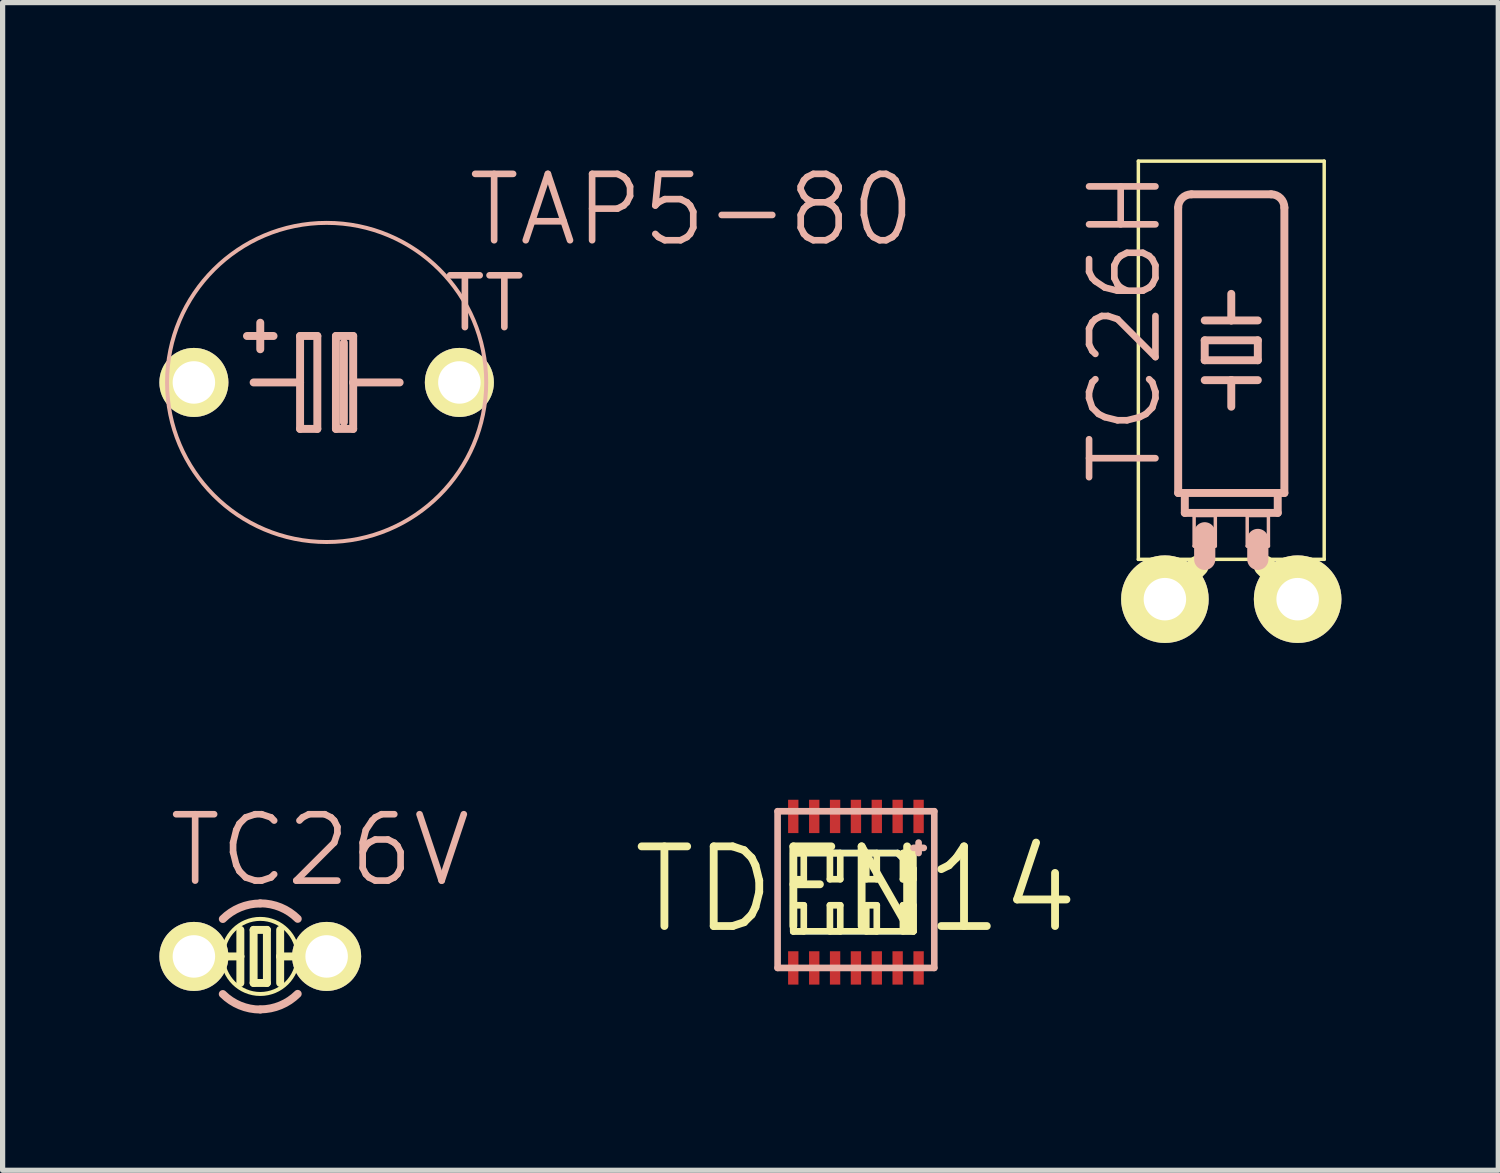
<source format=kicad_pcb>
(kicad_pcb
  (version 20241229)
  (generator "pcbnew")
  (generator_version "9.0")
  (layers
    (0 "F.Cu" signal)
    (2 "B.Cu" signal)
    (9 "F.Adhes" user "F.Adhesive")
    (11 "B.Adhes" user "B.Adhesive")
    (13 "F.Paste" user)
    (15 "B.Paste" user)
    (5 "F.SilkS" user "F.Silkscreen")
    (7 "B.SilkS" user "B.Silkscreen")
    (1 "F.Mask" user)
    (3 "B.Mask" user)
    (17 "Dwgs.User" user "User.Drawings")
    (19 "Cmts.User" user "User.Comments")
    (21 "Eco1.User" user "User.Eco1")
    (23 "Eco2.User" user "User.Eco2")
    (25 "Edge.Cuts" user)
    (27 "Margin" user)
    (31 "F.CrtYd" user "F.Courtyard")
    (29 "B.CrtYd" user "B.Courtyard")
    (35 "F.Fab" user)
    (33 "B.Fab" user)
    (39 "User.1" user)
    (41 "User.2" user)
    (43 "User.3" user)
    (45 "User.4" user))
  (footprint "TC26H"
    (layer "F.Cu")
    (at 20.51 8.415)
    (property "Reference" "TC26H" (at -2.032 -5.207 90) (layer "B.SilkS") (effects (font (size 1.27 1.27) (thickness 0.127))))
    (attr exclude_from_pos_files exclude_from_bom)
    (fp_line (start -1.778 -8.382) (end 1.778 -8.382) (stroke (width 0.066) (type solid)) (layer "F.SilkS"))
    (fp_line (start -1.778 -0.762) (end -1.778 -8.382) (stroke (width 0.066) (type solid)) (layer "F.SilkS"))
    (fp_line (start -1.778 -0.762) (end 1.778 -0.762) (stroke (width 0.066) (type solid)) (layer "F.SilkS"))
    (fp_line (start -0.635 -0.635) (end -1.27 0) (stroke (width 0.406) (type solid)) (layer "F.SilkS"))
    (fp_line (start 0.635 -0.635) (end 1.27 0) (stroke (width 0.406) (type solid)) (layer "F.SilkS"))
    (fp_line (start 1.778 -0.762) (end 1.778 -8.382) (stroke (width 0.066) (type solid)) (layer "F.SilkS"))
    (fp_line (start -1.016 -2.032) (end -1.016 -7.493) (stroke (width 0.152) (type solid)) (layer "B.SilkS"))
    (fp_line (start -1.016 -2.032) (end -0.889 -2.032) (stroke (width 0.152) (type solid)) (layer "B.SilkS"))
    (fp_line (start -0.889 -1.651) (end -0.889 -2.032) (stroke (width 0.152) (type solid)) (layer "B.SilkS"))
    (fp_line (start -0.889 -1.651) (end 0.889 -1.651) (stroke (width 0.152) (type solid)) (layer "B.SilkS"))
    (fp_line (start -0.762 -7.747) (end 0.762 -7.747) (stroke (width 0.152) (type solid)) (layer "B.SilkS"))
    (fp_line (start -0.711 -1.6) (end -0.305 -1.6) (stroke (width 0.066) (type solid)) (layer "B.SilkS"))
    (fp_line (start -0.711 -1.016) (end -0.711 -1.6) (stroke (width 0.066) (type solid)) (layer "B.SilkS"))
    (fp_line (start -0.711 -1.016) (end -0.305 -1.016) (stroke (width 0.066) (type solid)) (layer "B.SilkS"))
    (fp_line (start -0.508 -5.334) (end 0 -5.334) (stroke (width 0.152) (type solid)) (layer "B.SilkS"))
    (fp_line (start -0.508 -4.953) (end -0.508 -4.572) (stroke (width 0.152) (type solid)) (layer "B.SilkS"))
    (fp_line (start -0.508 -4.953) (end 0.508 -4.953) (stroke (width 0.152) (type solid)) (layer "B.SilkS"))
    (fp_line (start -0.508 -4.191) (end 0 -4.191) (stroke (width 0.152) (type solid)) (layer "B.SilkS"))
    (fp_line (start -0.508 -0.762) (end -0.508 -1.27) (stroke (width 0.406) (type solid)) (layer "B.SilkS"))
    (fp_line (start -0.305 -1.016) (end -0.305 -1.6) (stroke (width 0.066) (type solid)) (layer "B.SilkS"))
    (fp_line (start 0 -5.334) (end 0 -5.842) (stroke (width 0.152) (type solid)) (layer "B.SilkS"))
    (fp_line (start 0 -5.334) (end 0.508 -5.334) (stroke (width 0.152) (type solid)) (layer "B.SilkS"))
    (fp_line (start 0 -4.191) (end 0 -3.683) (stroke (width 0.152) (type solid)) (layer "B.SilkS"))
    (fp_line (start 0 -4.191) (end 0.508 -4.191) (stroke (width 0.152) (type solid)) (layer "B.SilkS"))
    (fp_line (start 0.305 -1.6) (end 0.711 -1.6) (stroke (width 0.066) (type solid)) (layer "B.SilkS"))
    (fp_line (start 0.305 -1.016) (end 0.305 -1.6) (stroke (width 0.066) (type solid)) (layer "B.SilkS"))
    (fp_line (start 0.305 -1.016) (end 0.711 -1.016) (stroke (width 0.066) (type solid)) (layer "B.SilkS"))
    (fp_line (start 0.508 -4.572) (end -0.508 -4.572) (stroke (width 0.152) (type solid)) (layer "B.SilkS"))
    (fp_line (start 0.508 -4.572) (end 0.508 -4.953) (stroke (width 0.152) (type solid)) (layer "B.SilkS"))
    (fp_line (start 0.508 -0.762) (end 0.508 -1.143) (stroke (width 0.406) (type solid)) (layer "B.SilkS"))
    (fp_line (start 0.711 -1.016) (end 0.711 -1.6) (stroke (width 0.066) (type solid)) (layer "B.SilkS"))
    (fp_line (start 0.889 -2.032) (end -0.889 -2.032) (stroke (width 0.152) (type solid)) (layer "B.SilkS"))
    (fp_line (start 0.889 -1.651) (end 0.889 -2.032) (stroke (width 0.152) (type solid)) (layer "B.SilkS"))
    (fp_line (start 1.016 -2.032) (end 0.889 -2.032) (stroke (width 0.152) (type solid)) (layer "B.SilkS"))
    (fp_line (start 1.016 -2.032) (end 1.016 -7.493) (stroke (width 0.152) (type solid)) (layer "B.SilkS"))
    (fp_arc (start -1.016 -7.493) (mid -0.941605 -7.672605) (end -0.762 -7.747) (stroke (width 0.1524) (type solid)) (layer "B.SilkS"))
    (fp_arc (start 0.762 -7.747) (mid 0.941605 -7.672605) (end 1.016 -7.493) (stroke (width 0.1524) (type solid)) (layer "B.SilkS"))
    (pad "1" thru_hole circle (at -1.27 0) (size 1.676 1.676) (drill 0.813) (layers "*.Cu" "F.Mask" "F.SilkS" "F.Paste"))
    (pad "2" thru_hole circle (at 1.27 0) (size 1.676 1.676) (drill 0.813) (layers "*.Cu" "F.Mask" "F.SilkS" "F.Paste")))
  (footprint "TC26V"
    (layer "F.Cu")
    (at 1.93 15.251)
    (property "Reference" "TC26V" (at 1.143 -2.032 0) (layer "B.SilkS") (effects (font (size 1.27 1.27) (thickness 0.127))))
    (attr exclude_from_pos_files exclude_from_bom)
    (fp_line (start -0.381 0) (end -0.762 0) (stroke (width 0.152) (type solid)) (layer "F.SilkS"))
    (fp_line (start -0.381 0) (end -0.381 -0.508) (stroke (width 0.152) (type solid)) (layer "F.SilkS"))
    (fp_line (start -0.381 0.508) (end -0.381 0) (stroke (width 0.152) (type solid)) (layer "F.SilkS"))
    (fp_line (start -0.127 0.508) (end -0.127 -0.508) (stroke (width 0.152) (type solid)) (layer "F.SilkS"))
    (fp_line (start -0.127 0.508) (end 0.127 0.508) (stroke (width 0.152) (type solid)) (layer "F.SilkS"))
    (fp_line (start 0.127 -0.508) (end -0.127 -0.508) (stroke (width 0.152) (type solid)) (layer "F.SilkS"))
    (fp_line (start 0.127 -0.508) (end 0.127 0.508) (stroke (width 0.152) (type solid)) (layer "F.SilkS"))
    (fp_line (start 0.381 0) (end 0.381 -0.508) (stroke (width 0.152) (type solid)) (layer "F.SilkS"))
    (fp_line (start 0.381 0) (end 0.762 0) (stroke (width 0.152) (type solid)) (layer "F.SilkS"))
    (fp_line (start 0.381 0.508) (end 0.381 0) (stroke (width 0.152) (type solid)) (layer "F.SilkS"))
    (fp_circle (center 0 0) (end -0.508 0.508) (stroke (width 0.076) (type solid)) (fill no) (layer "F.SilkS"))
    (fp_arc (start -0.71628 -0.71628) (mid -0.388465 -0.935526) (end -0.001768 -1.012971) (stroke (width 0.1524) (type solid)) (layer "B.SilkS"))
    (fp_arc (start 0 -1.016) (mid 0.387987 -0.939) (end 0.717166 -0.719673) (stroke (width 0.1524) (type solid)) (layer "B.SilkS"))
    (fp_arc (start 0 1.016) (mid -0.387987 0.939) (end -0.717166 0.719673) (stroke (width 0.1524) (type solid)) (layer "B.SilkS"))
    (fp_arc (start 0.71628 0.71628) (mid 0.388465 0.935526) (end 0.001768 1.012971) (stroke (width 0.1524) (type solid)) (layer "B.SilkS"))
    (pad "1" thru_hole circle (at -1.27 0) (size 1.321 1.321) (drill 0.813) (layers "*.Cu" "F.Mask" "F.SilkS" "F.Paste"))
    (pad "2" thru_hole circle (at 1.27 0) (size 1.321 1.321) (drill 0.813) (layers "*.Cu" "F.Mask" "F.SilkS" "F.Paste")))
  (footprint "TDFN14"
    (layer "F.Cu")
    (at 13.328 13.972)
    (property "Reference" "TDFN14" (at 0 0 0) (layer "F.SilkS") (effects (font (size 1.524 1.524) (thickness 0.15))))
    (attr smd)
    (fp_line (start -1.199 -0.699) (end -1.199 0.798) (stroke (width 0.127) (type solid)) (layer "B.Cu"))
    (fp_line (start -1.199 0.798) (end 1.1 0.798) (stroke (width 0.127) (type solid)) (layer "B.Cu"))
    (fp_line (start 0.798 -0.699) (end -1.199 -0.699) (stroke (width 0.127) (type solid)) (layer "B.Cu"))
    (fp_line (start 1.1 -0.399) (end 0.798 -0.699) (stroke (width 0.127) (type solid)) (layer "B.Cu"))
    (fp_line (start 1.1 0.798) (end 1.1 -0.399) (stroke (width 0.127) (type solid)) (layer "B.Cu"))
    (fp_line (start -1.199 -0.699) (end -1.199 -0.198) (stroke (width 0.127) (type solid)) (layer "F.SilkS"))
    (fp_line (start -1.199 -0.699) (end 0.798 -0.699) (stroke (width 0.127) (type solid)) (layer "F.SilkS"))
    (fp_line (start -1.199 -0.198) (end -0.998 -0.198) (stroke (width 0.127) (type solid)) (layer "F.SilkS"))
    (fp_line (start -1.199 0.3) (end -1.199 0.798) (stroke (width 0.127) (type solid)) (layer "F.SilkS"))
    (fp_line (start -1.199 0.798) (end -1.199 -0.699) (stroke (width 0.127) (type solid)) (layer "F.SilkS"))
    (fp_line (start -1.199 0.798) (end -0.998 0.798) (stroke (width 0.127) (type solid)) (layer "F.SilkS"))
    (fp_line (start -0.998 -0.699) (end -1.199 -0.699) (stroke (width 0.127) (type solid)) (layer "F.SilkS"))
    (fp_line (start -0.998 -0.198) (end -0.998 -0.699) (stroke (width 0.127) (type solid)) (layer "F.SilkS"))
    (fp_line (start -0.998 0.3) (end -1.199 0.3) (stroke (width 0.127) (type solid)) (layer "F.SilkS"))
    (fp_line (start -0.998 0.798) (end -0.998 0.3) (stroke (width 0.127) (type solid)) (layer "F.SilkS"))
    (fp_line (start -0.498 -0.699) (end -0.498 -0.198) (stroke (width 0.127) (type solid)) (layer "F.SilkS"))
    (fp_line (start -0.498 -0.198) (end -0.3 -0.198) (stroke (width 0.127) (type solid)) (layer "F.SilkS"))
    (fp_line (start -0.498 0.3) (end -0.498 0.798) (stroke (width 0.127) (type solid)) (layer "F.SilkS"))
    (fp_line (start -0.498 0.798) (end -0.3 0.798) (stroke (width 0.127) (type solid)) (layer "F.SilkS"))
    (fp_line (start -0.3 -0.699) (end -0.498 -0.699) (stroke (width 0.127) (type solid)) (layer "F.SilkS"))
    (fp_line (start -0.3 -0.198) (end -0.3 -0.699) (stroke (width 0.127) (type solid)) (layer "F.SilkS"))
    (fp_line (start -0.3 0.3) (end -0.498 0.3) (stroke (width 0.127) (type solid)) (layer "F.SilkS"))
    (fp_line (start -0.3 0.798) (end -0.3 0.3) (stroke (width 0.127) (type solid)) (layer "F.SilkS"))
    (fp_line (start 0.198 -0.699) (end 0.198 -0.198) (stroke (width 0.127) (type solid)) (layer "F.SilkS"))
    (fp_line (start 0.198 -0.198) (end 0.399 -0.198) (stroke (width 0.127) (type solid)) (layer "F.SilkS"))
    (fp_line (start 0.198 0.3) (end 0.198 0.798) (stroke (width 0.127) (type solid)) (layer "F.SilkS"))
    (fp_line (start 0.198 0.798) (end 0.399 0.798) (stroke (width 0.127) (type solid)) (layer "F.SilkS"))
    (fp_line (start 0.399 -0.699) (end 0.198 -0.699) (stroke (width 0.127) (type solid)) (layer "F.SilkS"))
    (fp_line (start 0.399 -0.198) (end 0.399 -0.699) (stroke (width 0.127) (type solid)) (layer "F.SilkS"))
    (fp_line (start 0.399 0.3) (end 0.198 0.3) (stroke (width 0.127) (type solid)) (layer "F.SilkS"))
    (fp_line (start 0.399 0.798) (end 0.399 0.3) (stroke (width 0.127) (type solid)) (layer "F.SilkS"))
    (fp_line (start 0.798 -0.699) (end 1.1 -0.399) (stroke (width 0.127) (type solid)) (layer "F.SilkS"))
    (fp_line (start 0.899 -0.699) (end 0.899 -0.198) (stroke (width 0.127) (type solid)) (layer "F.SilkS"))
    (fp_line (start 0.899 -0.198) (end 1.1 -0.198) (stroke (width 0.127) (type solid)) (layer "F.SilkS"))
    (fp_line (start 0.899 0.3) (end 0.899 0.798) (stroke (width 0.127) (type solid)) (layer "F.SilkS"))
    (fp_line (start 0.899 0.798) (end 1.1 0.798) (stroke (width 0.127) (type solid)) (layer "F.SilkS"))
    (fp_line (start 1.1 -0.699) (end 0.899 -0.699) (stroke (width 0.127) (type solid)) (layer "F.SilkS"))
    (fp_line (start 1.1 -0.399) (end 1.1 0.798) (stroke (width 0.127) (type solid)) (layer "F.SilkS"))
    (fp_line (start 1.1 -0.198) (end 1.1 -0.699) (stroke (width 0.127) (type solid)) (layer "F.SilkS"))
    (fp_line (start 1.1 0.3) (end 0.899 0.3) (stroke (width 0.127) (type solid)) (layer "F.SilkS"))
    (fp_line (start 1.1 0.798) (end -1.199 0.798) (stroke (width 0.127) (type solid)) (layer "F.SilkS"))
    (fp_line (start 1.1 0.798) (end 1.1 0.3) (stroke (width 0.127) (type solid)) (layer "F.SilkS"))
    (fp_line (start -1.499 -1.499) (end 1.499 -1.499) (stroke (width 0.127) (type solid)) (layer "B.SilkS"))
    (fp_line (start -1.499 1.499) (end -1.499 -1.499) (stroke (width 0.127) (type solid)) (layer "B.SilkS"))
    (fp_line (start 1.1 -0.798) (end 1.298 -0.798) (stroke (width 0.127) (type solid)) (layer "B.SilkS"))
    (fp_line (start 1.199 -0.699) (end 1.199 -0.899) (stroke (width 0.127) (type solid)) (layer "B.SilkS"))
    (fp_line (start 1.499 -1.499) (end 1.499 1.499) (stroke (width 0.127) (type solid)) (layer "B.SilkS"))
    (fp_line (start 1.499 1.499) (end -1.499 1.499) (stroke (width 0.127) (type solid)) (layer "B.SilkS"))
    (pad "1" smd rect (at 1.199 -1.4 90) (size 0.638 0.198) (layers "F.Cu" "F.Mask" "F.Paste"))
    (pad "2" smd rect (at 0.798 -1.4 90) (size 0.638 0.198) (layers "F.Cu" "F.Mask" "F.Paste"))
    (pad "3" smd rect (at 0.399 -1.4 90) (size 0.638 0.198) (layers "F.Cu" "F.Mask" "F.Paste"))
    (pad "4" smd rect (at 0 -1.4 90) (size 0.638 0.198) (layers "F.Cu" "F.Mask" "F.Paste"))
    (pad "5" smd rect (at -0.399 -1.4 90) (size 0.638 0.198) (layers "F.Cu" "F.Mask" "F.Paste"))
    (pad "6" smd rect (at -0.798 -1.4 90) (size 0.638 0.198) (layers "F.Cu" "F.Mask" "F.Paste"))
    (pad "7" smd rect (at -1.199 -1.4 90) (size 0.638 0.198) (layers "F.Cu" "F.Mask" "F.Paste"))
    (pad "8" smd rect (at -1.199 1.499 90) (size 0.638 0.198) (layers "F.Cu" "F.Mask" "F.Paste"))
    (pad "9" smd rect (at -0.798 1.499 90) (size 0.638 0.198) (layers "F.Cu" "F.Mask" "F.Paste"))
    (pad "10" smd rect (at -0.399 1.499 90) (size 0.638 0.198) (layers "F.Cu" "F.Mask" "F.Paste"))
    (pad "11" smd rect (at 0 1.499 90) (size 0.638 0.198) (layers "F.Cu" "F.Mask" "F.Paste"))
    (pad "12" smd rect (at 0.399 1.499 90) (size 0.638 0.198) (layers "F.Cu" "F.Mask" "F.Paste"))
    (pad "13" smd rect (at 0.798 1.499 90) (size 0.638 0.198) (layers "F.Cu" "F.Mask" "F.Paste"))
    (pad "14" smd rect (at 1.199 1.499 90) (size 0.638 0.198) (layers "F.Cu" "F.Mask" "F.Paste")))
  (footprint "TAP5-80"
    (layer "F.Cu")
    (at 3.2 4.268)
    (property "Reference" "TAP5-80" (at 6.985 -3.302 0) (layer "B.SilkS") (effects (font (size 1.27 1.27) (thickness 0.127))))
    (attr exclude_from_pos_files exclude_from_bom)
    (fp_line (start -1.397 0) (end -0.508 0) (stroke (width 0.152) (type solid)) (layer "B.SilkS"))
    (fp_line (start -1.27 -0.635) (end -1.27 -1.143) (stroke (width 0.152) (type solid)) (layer "B.SilkS"))
    (fp_line (start -1.016 -0.889) (end -1.524 -0.889) (stroke (width 0.152) (type solid)) (layer "B.SilkS"))
    (fp_line (start -0.508 -0.889) (end -0.508 0) (stroke (width 0.152) (type solid)) (layer "B.SilkS"))
    (fp_line (start -0.508 0) (end -0.508 0.889) (stroke (width 0.152) (type solid)) (layer "B.SilkS"))
    (fp_line (start -0.508 0.889) (end -0.178 0.889) (stroke (width 0.152) (type solid)) (layer "B.SilkS"))
    (fp_line (start -0.178 -0.889) (end -0.508 -0.889) (stroke (width 0.152) (type solid)) (layer "B.SilkS"))
    (fp_line (start -0.178 0.889) (end -0.178 -0.889) (stroke (width 0.152) (type solid)) (layer "B.SilkS"))
    (fp_line (start 0.178 -0.889) (end 0.178 0.889) (stroke (width 0.152) (type solid)) (layer "B.SilkS"))
    (fp_line (start 0.178 0.889) (end 0.508 0.889) (stroke (width 0.152) (type solid)) (layer "B.SilkS"))
    (fp_line (start 0.33 0.762) (end 0.33 -0.762) (stroke (width 0.152) (type solid)) (layer "B.SilkS"))
    (fp_line (start 0.508 -0.889) (end 0.178 -0.889) (stroke (width 0.152) (type solid)) (layer "B.SilkS"))
    (fp_line (start 0.508 0) (end 0.508 -0.889) (stroke (width 0.152) (type solid)) (layer "B.SilkS"))
    (fp_line (start 0.508 0) (end 1.397 0) (stroke (width 0.152) (type solid)) (layer "B.SilkS"))
    (fp_line (start 0.508 0.889) (end 0.508 0) (stroke (width 0.152) (type solid)) (layer "B.SilkS"))
    (fp_circle (center 0 0) (end -2.159 2.159) (stroke (width 0.076) (type solid)) (fill no) (layer "B.SilkS"))
    (fp_text user "TT" (at 3.023 -1.511 0) (layer "B.SilkS") (effects (font (size 0.991 0.991) (thickness 0.127))))
    (pad "+" thru_hole circle (at -2.54 0) (size 1.321 1.321) (drill 0.813) (layers "*.Cu" "F.Mask" "F.SilkS" "F.Paste"))
    (pad "-" thru_hole circle (at 2.54 0) (size 1.321 1.321) (drill 0.813) (layers "*.Cu" "F.Mask" "F.SilkS" "F.Paste")))
  (gr_rect
    (start -3 -3)
    (end 25.619 19.343)
    (stroke (width 0.1) (type default))
    (fill no)
    (layer "Edge.Cuts")))
</source>
